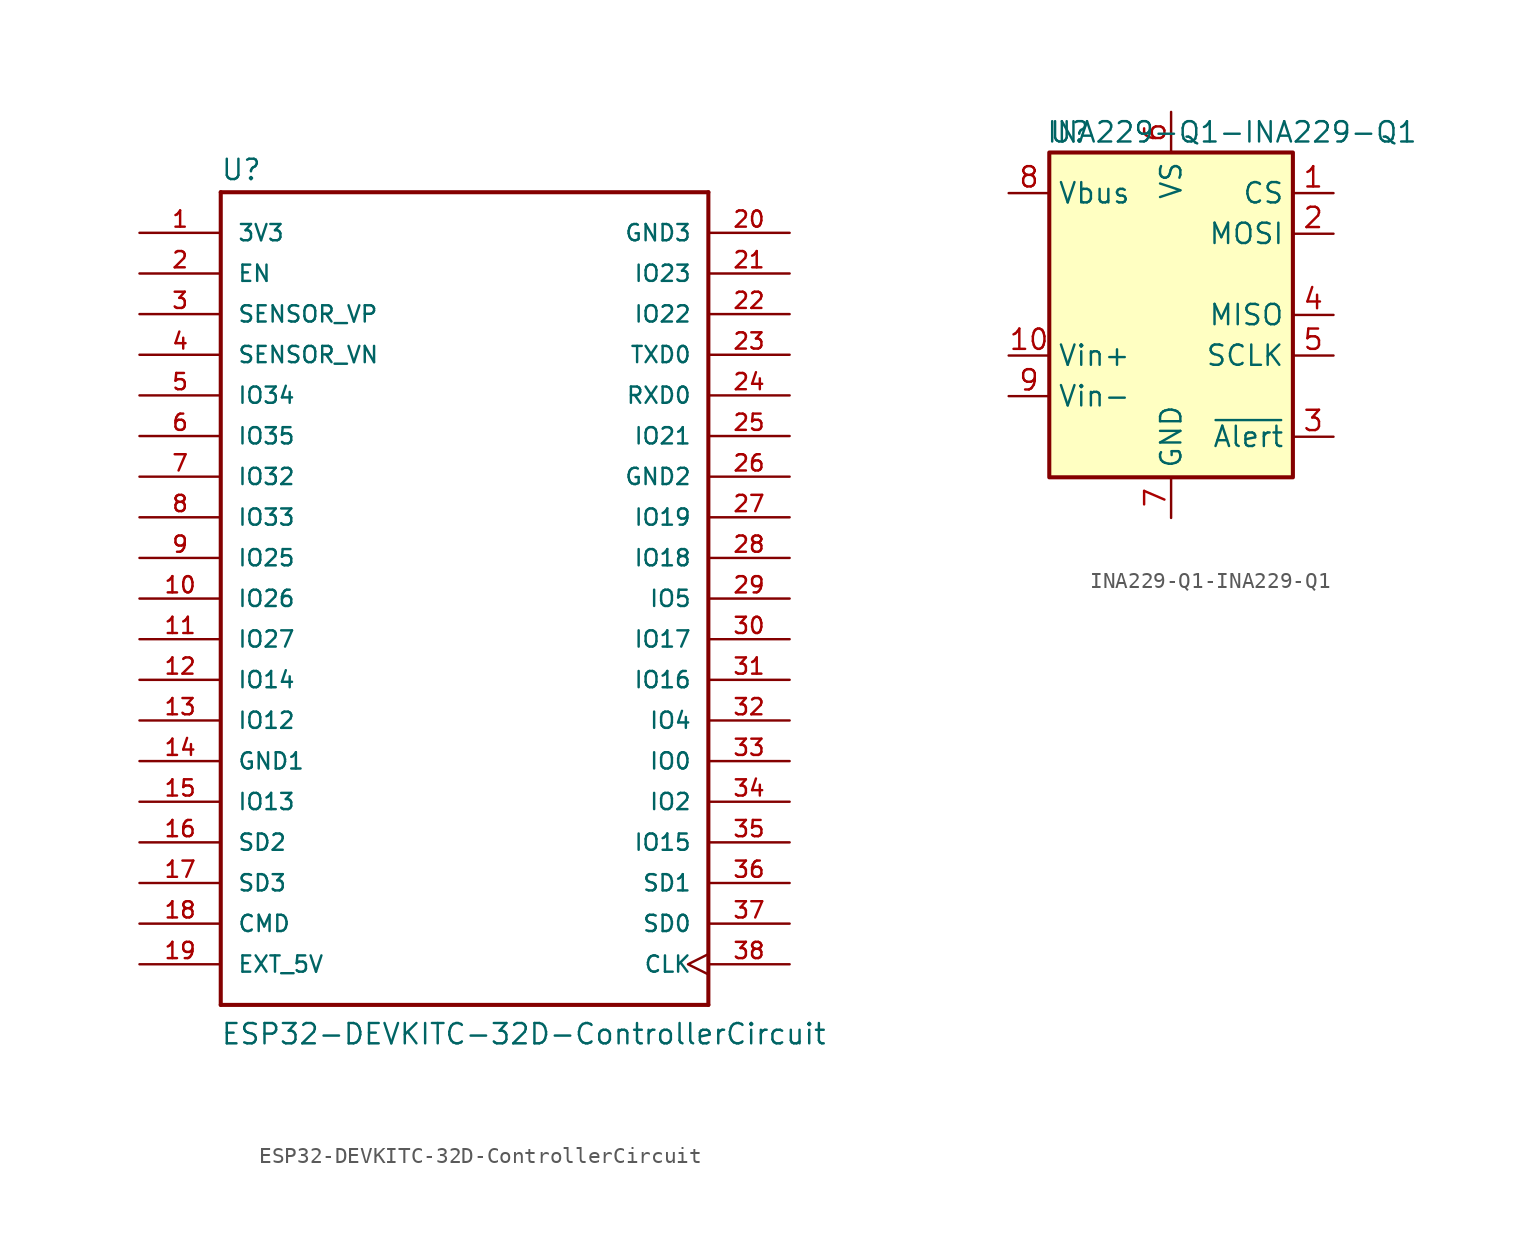
<source format=kicad_sym>
(kicad_symbol_lib
  (version 20220914)
  (generator kicad_symbol_editor)
  (symbol "ESP32-DEVKITC-32D-ControllerCircuit"
    (pin_names
      (offset 1.016))
    (property "Reference" "U"
      (at -15.265 26.06 0)
      (effects (font (size 1.27 1.27)) (justify left bottom)))
    (property "Value" "ESP32-DEVKITC-32D-ControllerCircuit"
      (at -15.265 -27.965 0)
      (effects (font (size 1.27 1.27)) (justify left bottom)))
    (property "ki_locked" ""
      (at 0 0 0)
      (effects (font (size 1.27 1.27))))
    (symbol "ESP32-DEVKITC-32D-ControllerCircuit_0_0"
      (polyline (pts (xy -15.24 -25.4) (xy -15.24 25.4)) (stroke (width 0.254) (type solid)) (fill (type none)))
      (polyline (pts (xy -15.24 25.4) (xy 15.24 25.4)) (stroke (width 0.254) (type solid)) (fill (type none)))
      (polyline (pts (xy 15.24 -25.4) (xy -15.24 -25.4)) (stroke (width 0.254) (type solid)) (fill (type none)))
      (polyline (pts (xy 15.24 25.4) (xy 15.24 -25.4)) (stroke (width 0.254) (type solid)) (fill (type none)))
      (pin power_in line (at -20.32 22.86 0) (length 5.08) (name "3V3" (effects (font (size 1.016 1.016)))) (number "1" (effects (font (size 1.016 1.016)))))
      (pin bidirectional line (at -20.32 0 0) (length 5.08) (name "IO26" (effects (font (size 1.016 1.016)))) (number "10" (effects (font (size 1.016 1.016)))))
      (pin bidirectional line (at -20.32 -2.54 0) (length 5.08) (name "IO27" (effects (font (size 1.016 1.016)))) (number "11" (effects (font (size 1.016 1.016)))))
      (pin bidirectional line (at -20.32 -5.08 0) (length 5.08) (name "IO14" (effects (font (size 1.016 1.016)))) (number "12" (effects (font (size 1.016 1.016)))))
      (pin bidirectional line (at -20.32 -7.62 0) (length 5.08) (name "IO12" (effects (font (size 1.016 1.016)))) (number "13" (effects (font (size 1.016 1.016)))))
      (pin power_in line (at -20.32 -10.16 0) (length 5.08) (name "GND1" (effects (font (size 1.016 1.016)))) (number "14" (effects (font (size 1.016 1.016)))))
      (pin bidirectional line (at -20.32 -12.7 0) (length 5.08) (name "IO13" (effects (font (size 1.016 1.016)))) (number "15" (effects (font (size 1.016 1.016)))))
      (pin bidirectional line (at -20.32 -15.24 0) (length 5.08) (name "SD2" (effects (font (size 1.016 1.016)))) (number "16" (effects (font (size 1.016 1.016)))))
      (pin bidirectional line (at -20.32 -17.78 0) (length 5.08) (name "SD3" (effects (font (size 1.016 1.016)))) (number "17" (effects (font (size 1.016 1.016)))))
      (pin bidirectional line (at -20.32 -20.32 0) (length 5.08) (name "CMD" (effects (font (size 1.016 1.016)))) (number "18" (effects (font (size 1.016 1.016)))))
      (pin power_in line (at -20.32 -22.86 0) (length 5.08) (name "EXT_5V" (effects (font (size 1.016 1.016)))) (number "19" (effects (font (size 1.016 1.016)))))
      (pin input line (at -20.32 20.32 0) (length 5.08) (name "EN" (effects (font (size 1.016 1.016)))) (number "2" (effects (font (size 1.016 1.016)))))
      (pin power_in line (at 20.32 22.86 180) (length 5.08) (name "GND3" (effects (font (size 1.016 1.016)))) (number "20" (effects (font (size 1.016 1.016)))))
      (pin bidirectional line (at 20.32 20.32 180) (length 5.08) (name "IO23" (effects (font (size 1.016 1.016)))) (number "21" (effects (font (size 1.016 1.016)))))
      (pin bidirectional line (at 20.32 17.78 180) (length 5.08) (name "IO22" (effects (font (size 1.016 1.016)))) (number "22" (effects (font (size 1.016 1.016)))))
      (pin output line (at 20.32 15.24 180) (length 5.08) (name "TXD0" (effects (font (size 1.016 1.016)))) (number "23" (effects (font (size 1.016 1.016)))))
      (pin input line (at 20.32 12.7 180) (length 5.08) (name "RXD0" (effects (font (size 1.016 1.016)))) (number "24" (effects (font (size 1.016 1.016)))))
      (pin bidirectional line (at 20.32 10.16 180) (length 5.08) (name "IO21" (effects (font (size 1.016 1.016)))) (number "25" (effects (font (size 1.016 1.016)))))
      (pin power_in line (at 20.32 7.62 180) (length 5.08) (name "GND2" (effects (font (size 1.016 1.016)))) (number "26" (effects (font (size 1.016 1.016)))))
      (pin bidirectional line (at 20.32 5.08 180) (length 5.08) (name "IO19" (effects (font (size 1.016 1.016)))) (number "27" (effects (font (size 1.016 1.016)))))
      (pin bidirectional line (at 20.32 2.54 180) (length 5.08) (name "IO18" (effects (font (size 1.016 1.016)))) (number "28" (effects (font (size 1.016 1.016)))))
      (pin bidirectional line (at 20.32 0 180) (length 5.08) (name "IO5" (effects (font (size 1.016 1.016)))) (number "29" (effects (font (size 1.016 1.016)))))
      (pin input line (at -20.32 17.78 0) (length 5.08) (name "SENSOR_VP" (effects (font (size 1.016 1.016)))) (number "3" (effects (font (size 1.016 1.016)))))
      (pin bidirectional line (at 20.32 -2.54 180) (length 5.08) (name "IO17" (effects (font (size 1.016 1.016)))) (number "30" (effects (font (size 1.016 1.016)))))
      (pin bidirectional line (at 20.32 -5.08 180) (length 5.08) (name "IO16" (effects (font (size 1.016 1.016)))) (number "31" (effects (font (size 1.016 1.016)))))
      (pin bidirectional line (at 20.32 -7.62 180) (length 5.08) (name "IO4" (effects (font (size 1.016 1.016)))) (number "32" (effects (font (size 1.016 1.016)))))
      (pin bidirectional line (at 20.32 -10.16 180) (length 5.08) (name "IO0" (effects (font (size 1.016 1.016)))) (number "33" (effects (font (size 1.016 1.016)))))
      (pin bidirectional line (at 20.32 -12.7 180) (length 5.08) (name "IO2" (effects (font (size 1.016 1.016)))) (number "34" (effects (font (size 1.016 1.016)))))
      (pin bidirectional line (at 20.32 -15.24 180) (length 5.08) (name "IO15" (effects (font (size 1.016 1.016)))) (number "35" (effects (font (size 1.016 1.016)))))
      (pin bidirectional line (at 20.32 -17.78 180) (length 5.08) (name "SD1" (effects (font (size 1.016 1.016)))) (number "36" (effects (font (size 1.016 1.016)))))
      (pin bidirectional line (at 20.32 -20.32 180) (length 5.08) (name "SD0" (effects (font (size 1.016 1.016)))) (number "37" (effects (font (size 1.016 1.016)))))
      (pin input clock (at 20.32 -22.86 180) (length 5.08) (name "CLK" (effects (font (size 1.016 1.016)))) (number "38" (effects (font (size 1.016 1.016)))))
      (pin input line (at -20.32 15.24 0) (length 5.08) (name "SENSOR_VN" (effects (font (size 1.016 1.016)))) (number "4" (effects (font (size 1.016 1.016)))))
      (pin bidirectional line (at -20.32 12.7 0) (length 5.08) (name "IO34" (effects (font (size 1.016 1.016)))) (number "5" (effects (font (size 1.016 1.016)))))
      (pin bidirectional line (at -20.32 10.16 0) (length 5.08) (name "IO35" (effects (font (size 1.016 1.016)))) (number "6" (effects (font (size 1.016 1.016)))))
      (pin bidirectional line (at -20.32 7.62 0) (length 5.08) (name "IO32" (effects (font (size 1.016 1.016)))) (number "7" (effects (font (size 1.016 1.016)))))
      (pin bidirectional line (at -20.32 5.08 0) (length 5.08) (name "IO33" (effects (font (size 1.016 1.016)))) (number "8" (effects (font (size 1.016 1.016)))))
      (pin bidirectional line (at -20.32 2.54 0) (length 5.08) (name "IO25" (effects (font (size 1.016 1.016)))) (number "9" (effects (font (size 1.016 1.016)))))))
  (symbol "INA229-Q1-INA229-Q1"
    (property "Reference" "U"
      (at -6.35 11.43 0)
      (effects (font (size 1.27 1.27))))
    (property "Value" "INA229-Q1-INA229-Q1"
      (at 3.81 11.43 0)
      (effects (font (size 1.27 1.27))))
    (symbol "INA229-Q1-INA229-Q1_0_1"
      (rectangle (start 7.62 10.16) (end -7.62 -10.16) (stroke (width 0.254) (type solid)) (fill (type background))))
    (symbol "INA229-Q1-INA229-Q1_1_1"
      (pin input line (at 10.16 7.62 180) (length 2.54) (name "CS" (effects (font (size 1.27 1.27)))) (number "1" (effects (font (size 1.27 1.27)))))
      (pin input line (at -10.16 -2.54 0) (length 2.54) (name "Vin+" (effects (font (size 1.27 1.27)))) (number "10" (effects (font (size 1.27 1.27)))))
      (pin input line (at 10.16 5.08 180) (length 2.54) (name "MOSI" (effects (font (size 1.27 1.27)))) (number "2" (effects (font (size 1.27 1.27)))))
      (pin open_collector line (at 10.16 -7.62 180) (length 2.54) (name "~{Alert}" (effects (font (size 1.27 1.27)))) (number "3" (effects (font (size 1.27 1.27)))))
      (pin output line (at 10.16 0 180) (length 2.54) (name "MISO" (effects (font (size 1.27 1.27)))) (number "4" (effects (font (size 1.27 1.27)))))
      (pin input line (at 10.16 -2.54 180) (length 2.54) (name "SCLK" (effects (font (size 1.27 1.27)))) (number "5" (effects (font (size 1.27 1.27)))))
      (pin power_in line (at 0 12.7 270) (length 2.54) (name "VS" (effects (font (size 1.27 1.27)))) (number "6" (effects (font (size 1.27 1.27)))))
      (pin power_in line (at 0 -12.7 90) (length 2.54) (name "GND" (effects (font (size 1.27 1.27)))) (number "7" (effects (font (size 1.27 1.27)))))
      (pin input line (at -10.16 7.62 0) (length 2.54) (name "Vbus" (effects (font (size 1.27 1.27)))) (number "8" (effects (font (size 1.27 1.27)))))
      (pin input line (at -10.16 -5.08 0) (length 2.54) (name "Vin-" (effects (font (size 1.27 1.27)))) (number "9" (effects (font (size 1.27 1.27))))))))
</source>
